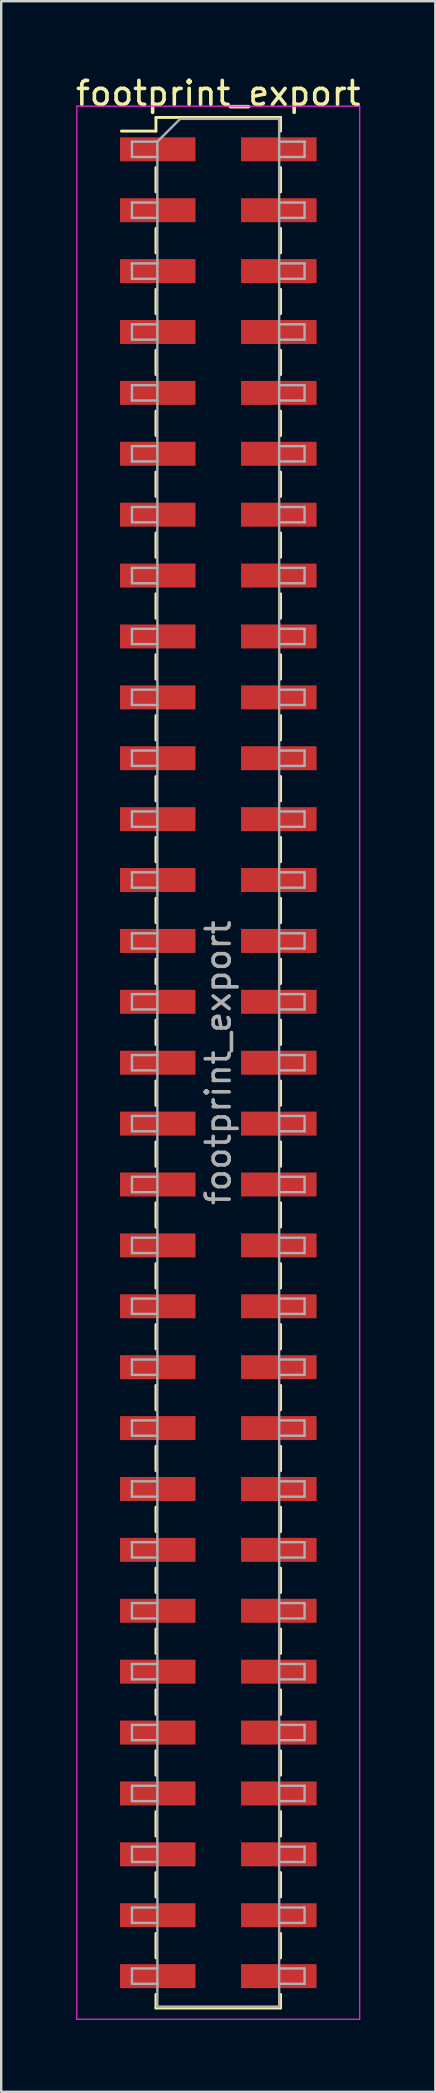
<source format=kicad_pcb>
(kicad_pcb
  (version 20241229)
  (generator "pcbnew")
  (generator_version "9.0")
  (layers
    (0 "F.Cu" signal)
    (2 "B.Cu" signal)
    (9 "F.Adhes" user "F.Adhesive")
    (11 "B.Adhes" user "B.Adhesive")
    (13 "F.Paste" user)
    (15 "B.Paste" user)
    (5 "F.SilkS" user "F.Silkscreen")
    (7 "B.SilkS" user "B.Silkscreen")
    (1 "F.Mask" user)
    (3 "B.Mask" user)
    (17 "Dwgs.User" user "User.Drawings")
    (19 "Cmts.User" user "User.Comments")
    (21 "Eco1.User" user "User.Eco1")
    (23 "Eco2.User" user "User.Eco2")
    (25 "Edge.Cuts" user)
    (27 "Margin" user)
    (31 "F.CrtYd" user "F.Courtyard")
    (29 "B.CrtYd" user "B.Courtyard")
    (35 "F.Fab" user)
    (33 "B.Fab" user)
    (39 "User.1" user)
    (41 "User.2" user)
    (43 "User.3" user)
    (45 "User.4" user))
  (footprint "footprint_export"
    (layer "F.Cu")
    (at 6.054 41.278)
    (property "Reference" "footprint_export" (at 0 -40.43 0) (layer "F.SilkS") (effects (font (size 1 1) (thickness 0.15))))
    (attr smd)
    (fp_line (start -4.04 -38.86) (end -2.6 -38.86) (stroke (width 0.12) (type solid)) (layer "F.SilkS"))
    (fp_line (start -2.6 -39.43) (end -2.6 -38.86) (stroke (width 0.12) (type solid)) (layer "F.SilkS"))
    (fp_line (start -2.6 -39.43) (end 2.6 -39.43) (stroke (width 0.12) (type solid)) (layer "F.SilkS"))
    (fp_line (start -2.6 -37.34) (end -2.6 -36.32) (stroke (width 0.12) (type solid)) (layer "F.SilkS"))
    (fp_line (start -2.6 -34.8) (end -2.6 -33.78) (stroke (width 0.12) (type solid)) (layer "F.SilkS"))
    (fp_line (start -2.6 -32.26) (end -2.6 -31.24) (stroke (width 0.12) (type solid)) (layer "F.SilkS"))
    (fp_line (start -2.6 -29.72) (end -2.6 -28.7) (stroke (width 0.12) (type solid)) (layer "F.SilkS"))
    (fp_line (start -2.6 -27.18) (end -2.6 -26.16) (stroke (width 0.12) (type solid)) (layer "F.SilkS"))
    (fp_line (start -2.6 -24.64) (end -2.6 -23.62) (stroke (width 0.12) (type solid)) (layer "F.SilkS"))
    (fp_line (start -2.6 -22.1) (end -2.6 -21.08) (stroke (width 0.12) (type solid)) (layer "F.SilkS"))
    (fp_line (start -2.6 -19.56) (end -2.6 -18.54) (stroke (width 0.12) (type solid)) (layer "F.SilkS"))
    (fp_line (start -2.6 -17.02) (end -2.6 -16) (stroke (width 0.12) (type solid)) (layer "F.SilkS"))
    (fp_line (start -2.6 -14.48) (end -2.6 -13.46) (stroke (width 0.12) (type solid)) (layer "F.SilkS"))
    (fp_line (start -2.6 -11.94) (end -2.6 -10.92) (stroke (width 0.12) (type solid)) (layer "F.SilkS"))
    (fp_line (start -2.6 -9.4) (end -2.6 -8.38) (stroke (width 0.12) (type solid)) (layer "F.SilkS"))
    (fp_line (start -2.6 -6.86) (end -2.6 -5.84) (stroke (width 0.12) (type solid)) (layer "F.SilkS"))
    (fp_line (start -2.6 -4.32) (end -2.6 -3.3) (stroke (width 0.12) (type solid)) (layer "F.SilkS"))
    (fp_line (start -2.6 -1.78) (end -2.6 -0.76) (stroke (width 0.12) (type solid)) (layer "F.SilkS"))
    (fp_line (start -2.6 0.76) (end -2.6 1.78) (stroke (width 0.12) (type solid)) (layer "F.SilkS"))
    (fp_line (start -2.6 3.3) (end -2.6 4.32) (stroke (width 0.12) (type solid)) (layer "F.SilkS"))
    (fp_line (start -2.6 5.84) (end -2.6 6.86) (stroke (width 0.12) (type solid)) (layer "F.SilkS"))
    (fp_line (start -2.6 8.38) (end -2.6 9.4) (stroke (width 0.12) (type solid)) (layer "F.SilkS"))
    (fp_line (start -2.6 10.92) (end -2.6 11.94) (stroke (width 0.12) (type solid)) (layer "F.SilkS"))
    (fp_line (start -2.6 13.46) (end -2.6 14.48) (stroke (width 0.12) (type solid)) (layer "F.SilkS"))
    (fp_line (start -2.6 16) (end -2.6 17.02) (stroke (width 0.12) (type solid)) (layer "F.SilkS"))
    (fp_line (start -2.6 18.54) (end -2.6 19.56) (stroke (width 0.12) (type solid)) (layer "F.SilkS"))
    (fp_line (start -2.6 21.08) (end -2.6 22.1) (stroke (width 0.12) (type solid)) (layer "F.SilkS"))
    (fp_line (start -2.6 23.62) (end -2.6 24.64) (stroke (width 0.12) (type solid)) (layer "F.SilkS"))
    (fp_line (start -2.6 26.16) (end -2.6 27.18) (stroke (width 0.12) (type solid)) (layer "F.SilkS"))
    (fp_line (start -2.6 28.7) (end -2.6 29.72) (stroke (width 0.12) (type solid)) (layer "F.SilkS"))
    (fp_line (start -2.6 31.24) (end -2.6 32.26) (stroke (width 0.12) (type solid)) (layer "F.SilkS"))
    (fp_line (start -2.6 33.78) (end -2.6 34.8) (stroke (width 0.12) (type solid)) (layer "F.SilkS"))
    (fp_line (start -2.6 36.32) (end -2.6 37.34) (stroke (width 0.12) (type solid)) (layer "F.SilkS"))
    (fp_line (start -2.6 38.86) (end -2.6 39.43) (stroke (width 0.12) (type solid)) (layer "F.SilkS"))
    (fp_line (start -2.6 39.43) (end 2.6 39.43) (stroke (width 0.12) (type solid)) (layer "F.SilkS"))
    (fp_line (start 2.6 -39.43) (end 2.6 -38.86) (stroke (width 0.12) (type solid)) (layer "F.SilkS"))
    (fp_line (start 2.6 -37.34) (end 2.6 -36.32) (stroke (width 0.12) (type solid)) (layer "F.SilkS"))
    (fp_line (start 2.6 -34.8) (end 2.6 -33.78) (stroke (width 0.12) (type solid)) (layer "F.SilkS"))
    (fp_line (start 2.6 -32.26) (end 2.6 -31.24) (stroke (width 0.12) (type solid)) (layer "F.SilkS"))
    (fp_line (start 2.6 -29.72) (end 2.6 -28.7) (stroke (width 0.12) (type solid)) (layer "F.SilkS"))
    (fp_line (start 2.6 -27.18) (end 2.6 -26.16) (stroke (width 0.12) (type solid)) (layer "F.SilkS"))
    (fp_line (start 2.6 -24.64) (end 2.6 -23.62) (stroke (width 0.12) (type solid)) (layer "F.SilkS"))
    (fp_line (start 2.6 -22.1) (end 2.6 -21.08) (stroke (width 0.12) (type solid)) (layer "F.SilkS"))
    (fp_line (start 2.6 -19.56) (end 2.6 -18.54) (stroke (width 0.12) (type solid)) (layer "F.SilkS"))
    (fp_line (start 2.6 -17.02) (end 2.6 -16) (stroke (width 0.12) (type solid)) (layer "F.SilkS"))
    (fp_line (start 2.6 -14.48) (end 2.6 -13.46) (stroke (width 0.12) (type solid)) (layer "F.SilkS"))
    (fp_line (start 2.6 -11.94) (end 2.6 -10.92) (stroke (width 0.12) (type solid)) (layer "F.SilkS"))
    (fp_line (start 2.6 -9.4) (end 2.6 -8.38) (stroke (width 0.12) (type solid)) (layer "F.SilkS"))
    (fp_line (start 2.6 -6.86) (end 2.6 -5.84) (stroke (width 0.12) (type solid)) (layer "F.SilkS"))
    (fp_line (start 2.6 -4.32) (end 2.6 -3.3) (stroke (width 0.12) (type solid)) (layer "F.SilkS"))
    (fp_line (start 2.6 -1.78) (end 2.6 -0.76) (stroke (width 0.12) (type solid)) (layer "F.SilkS"))
    (fp_line (start 2.6 0.76) (end 2.6 1.78) (stroke (width 0.12) (type solid)) (layer "F.SilkS"))
    (fp_line (start 2.6 3.3) (end 2.6 4.32) (stroke (width 0.12) (type solid)) (layer "F.SilkS"))
    (fp_line (start 2.6 5.84) (end 2.6 6.86) (stroke (width 0.12) (type solid)) (layer "F.SilkS"))
    (fp_line (start 2.6 8.38) (end 2.6 9.4) (stroke (width 0.12) (type solid)) (layer "F.SilkS"))
    (fp_line (start 2.6 10.92) (end 2.6 11.94) (stroke (width 0.12) (type solid)) (layer "F.SilkS"))
    (fp_line (start 2.6 13.46) (end 2.6 14.48) (stroke (width 0.12) (type solid)) (layer "F.SilkS"))
    (fp_line (start 2.6 16) (end 2.6 17.02) (stroke (width 0.12) (type solid)) (layer "F.SilkS"))
    (fp_line (start 2.6 18.54) (end 2.6 19.56) (stroke (width 0.12) (type solid)) (layer "F.SilkS"))
    (fp_line (start 2.6 21.08) (end 2.6 22.1) (stroke (width 0.12) (type solid)) (layer "F.SilkS"))
    (fp_line (start 2.6 23.62) (end 2.6 24.64) (stroke (width 0.12) (type solid)) (layer "F.SilkS"))
    (fp_line (start 2.6 26.16) (end 2.6 27.18) (stroke (width 0.12) (type solid)) (layer "F.SilkS"))
    (fp_line (start 2.6 28.7) (end 2.6 29.72) (stroke (width 0.12) (type solid)) (layer "F.SilkS"))
    (fp_line (start 2.6 31.24) (end 2.6 32.26) (stroke (width 0.12) (type solid)) (layer "F.SilkS"))
    (fp_line (start 2.6 33.78) (end 2.6 34.8) (stroke (width 0.12) (type solid)) (layer "F.SilkS"))
    (fp_line (start 2.6 36.32) (end 2.6 37.34) (stroke (width 0.12) (type solid)) (layer "F.SilkS"))
    (fp_line (start 2.6 38.86) (end 2.6 39.43) (stroke (width 0.12) (type solid)) (layer "F.SilkS"))
    (fp_line (start -5.9 -39.9) (end -5.9 39.9) (stroke (width 0.05) (type solid)) (layer "F.CrtYd"))
    (fp_line (start -5.9 39.9) (end 5.9 39.9) (stroke (width 0.05) (type solid)) (layer "F.CrtYd"))
    (fp_line (start 5.9 -39.9) (end -5.9 -39.9) (stroke (width 0.05) (type solid)) (layer "F.CrtYd"))
    (fp_line (start 5.9 39.9) (end 5.9 -39.9) (stroke (width 0.05) (type solid)) (layer "F.CrtYd"))
    (fp_line (start -3.6 -38.42) (end -3.6 -37.78) (stroke (width 0.1) (type solid)) (layer "F.Fab"))
    (fp_line (start -3.6 -37.78) (end -2.54 -37.78) (stroke (width 0.1) (type solid)) (layer "F.Fab"))
    (fp_line (start -3.6 -35.88) (end -3.6 -35.24) (stroke (width 0.1) (type solid)) (layer "F.Fab"))
    (fp_line (start -3.6 -35.24) (end -2.54 -35.24) (stroke (width 0.1) (type solid)) (layer "F.Fab"))
    (fp_line (start -3.6 -33.34) (end -3.6 -32.7) (stroke (width 0.1) (type solid)) (layer "F.Fab"))
    (fp_line (start -3.6 -32.7) (end -2.54 -32.7) (stroke (width 0.1) (type solid)) (layer "F.Fab"))
    (fp_line (start -3.6 -30.8) (end -3.6 -30.16) (stroke (width 0.1) (type solid)) (layer "F.Fab"))
    (fp_line (start -3.6 -30.16) (end -2.54 -30.16) (stroke (width 0.1) (type solid)) (layer "F.Fab"))
    (fp_line (start -3.6 -28.26) (end -3.6 -27.62) (stroke (width 0.1) (type solid)) (layer "F.Fab"))
    (fp_line (start -3.6 -27.62) (end -2.54 -27.62) (stroke (width 0.1) (type solid)) (layer "F.Fab"))
    (fp_line (start -3.6 -25.72) (end -3.6 -25.08) (stroke (width 0.1) (type solid)) (layer "F.Fab"))
    (fp_line (start -3.6 -25.08) (end -2.54 -25.08) (stroke (width 0.1) (type solid)) (layer "F.Fab"))
    (fp_line (start -3.6 -23.18) (end -3.6 -22.54) (stroke (width 0.1) (type solid)) (layer "F.Fab"))
    (fp_line (start -3.6 -22.54) (end -2.54 -22.54) (stroke (width 0.1) (type solid)) (layer "F.Fab"))
    (fp_line (start -3.6 -20.64) (end -3.6 -20) (stroke (width 0.1) (type solid)) (layer "F.Fab"))
    (fp_line (start -3.6 -20) (end -2.54 -20) (stroke (width 0.1) (type solid)) (layer "F.Fab"))
    (fp_line (start -3.6 -18.1) (end -3.6 -17.46) (stroke (width 0.1) (type solid)) (layer "F.Fab"))
    (fp_line (start -3.6 -17.46) (end -2.54 -17.46) (stroke (width 0.1) (type solid)) (layer "F.Fab"))
    (fp_line (start -3.6 -15.56) (end -3.6 -14.92) (stroke (width 0.1) (type solid)) (layer "F.Fab"))
    (fp_line (start -3.6 -14.92) (end -2.54 -14.92) (stroke (width 0.1) (type solid)) (layer "F.Fab"))
    (fp_line (start -3.6 -13.02) (end -3.6 -12.38) (stroke (width 0.1) (type solid)) (layer "F.Fab"))
    (fp_line (start -3.6 -12.38) (end -2.54 -12.38) (stroke (width 0.1) (type solid)) (layer "F.Fab"))
    (fp_line (start -3.6 -10.48) (end -3.6 -9.84) (stroke (width 0.1) (type solid)) (layer "F.Fab"))
    (fp_line (start -3.6 -9.84) (end -2.54 -9.84) (stroke (width 0.1) (type solid)) (layer "F.Fab"))
    (fp_line (start -3.6 -7.94) (end -3.6 -7.3) (stroke (width 0.1) (type solid)) (layer "F.Fab"))
    (fp_line (start -3.6 -7.3) (end -2.54 -7.3) (stroke (width 0.1) (type solid)) (layer "F.Fab"))
    (fp_line (start -3.6 -5.4) (end -3.6 -4.76) (stroke (width 0.1) (type solid)) (layer "F.Fab"))
    (fp_line (start -3.6 -4.76) (end -2.54 -4.76) (stroke (width 0.1) (type solid)) (layer "F.Fab"))
    (fp_line (start -3.6 -2.86) (end -3.6 -2.22) (stroke (width 0.1) (type solid)) (layer "F.Fab"))
    (fp_line (start -3.6 -2.22) (end -2.54 -2.22) (stroke (width 0.1) (type solid)) (layer "F.Fab"))
    (fp_line (start -3.6 -0.32) (end -3.6 0.32) (stroke (width 0.1) (type solid)) (layer "F.Fab"))
    (fp_line (start -3.6 0.32) (end -2.54 0.32) (stroke (width 0.1) (type solid)) (layer "F.Fab"))
    (fp_line (start -3.6 2.22) (end -3.6 2.86) (stroke (width 0.1) (type solid)) (layer "F.Fab"))
    (fp_line (start -3.6 2.86) (end -2.54 2.86) (stroke (width 0.1) (type solid)) (layer "F.Fab"))
    (fp_line (start -3.6 4.76) (end -3.6 5.4) (stroke (width 0.1) (type solid)) (layer "F.Fab"))
    (fp_line (start -3.6 5.4) (end -2.54 5.4) (stroke (width 0.1) (type solid)) (layer "F.Fab"))
    (fp_line (start -3.6 7.3) (end -3.6 7.94) (stroke (width 0.1) (type solid)) (layer "F.Fab"))
    (fp_line (start -3.6 7.94) (end -2.54 7.94) (stroke (width 0.1) (type solid)) (layer "F.Fab"))
    (fp_line (start -3.6 9.84) (end -3.6 10.48) (stroke (width 0.1) (type solid)) (layer "F.Fab"))
    (fp_line (start -3.6 10.48) (end -2.54 10.48) (stroke (width 0.1) (type solid)) (layer "F.Fab"))
    (fp_line (start -3.6 12.38) (end -3.6 13.02) (stroke (width 0.1) (type solid)) (layer "F.Fab"))
    (fp_line (start -3.6 13.02) (end -2.54 13.02) (stroke (width 0.1) (type solid)) (layer "F.Fab"))
    (fp_line (start -3.6 14.92) (end -3.6 15.56) (stroke (width 0.1) (type solid)) (layer "F.Fab"))
    (fp_line (start -3.6 15.56) (end -2.54 15.56) (stroke (width 0.1) (type solid)) (layer "F.Fab"))
    (fp_line (start -3.6 17.46) (end -3.6 18.1) (stroke (width 0.1) (type solid)) (layer "F.Fab"))
    (fp_line (start -3.6 18.1) (end -2.54 18.1) (stroke (width 0.1) (type solid)) (layer "F.Fab"))
    (fp_line (start -3.6 20) (end -3.6 20.64) (stroke (width 0.1) (type solid)) (layer "F.Fab"))
    (fp_line (start -3.6 20.64) (end -2.54 20.64) (stroke (width 0.1) (type solid)) (layer "F.Fab"))
    (fp_line (start -3.6 22.54) (end -3.6 23.18) (stroke (width 0.1) (type solid)) (layer "F.Fab"))
    (fp_line (start -3.6 23.18) (end -2.54 23.18) (stroke (width 0.1) (type solid)) (layer "F.Fab"))
    (fp_line (start -3.6 25.08) (end -3.6 25.72) (stroke (width 0.1) (type solid)) (layer "F.Fab"))
    (fp_line (start -3.6 25.72) (end -2.54 25.72) (stroke (width 0.1) (type solid)) (layer "F.Fab"))
    (fp_line (start -3.6 27.62) (end -3.6 28.26) (stroke (width 0.1) (type solid)) (layer "F.Fab"))
    (fp_line (start -3.6 28.26) (end -2.54 28.26) (stroke (width 0.1) (type solid)) (layer "F.Fab"))
    (fp_line (start -3.6 30.16) (end -3.6 30.8) (stroke (width 0.1) (type solid)) (layer "F.Fab"))
    (fp_line (start -3.6 30.8) (end -2.54 30.8) (stroke (width 0.1) (type solid)) (layer "F.Fab"))
    (fp_line (start -3.6 32.7) (end -3.6 33.34) (stroke (width 0.1) (type solid)) (layer "F.Fab"))
    (fp_line (start -3.6 33.34) (end -2.54 33.34) (stroke (width 0.1) (type solid)) (layer "F.Fab"))
    (fp_line (start -3.6 35.24) (end -3.6 35.88) (stroke (width 0.1) (type solid)) (layer "F.Fab"))
    (fp_line (start -3.6 35.88) (end -2.54 35.88) (stroke (width 0.1) (type solid)) (layer "F.Fab"))
    (fp_line (start -3.6 37.78) (end -3.6 38.42) (stroke (width 0.1) (type solid)) (layer "F.Fab"))
    (fp_line (start -3.6 38.42) (end -2.54 38.42) (stroke (width 0.1) (type solid)) (layer "F.Fab"))
    (fp_line (start -2.54 -38.42) (end -3.6 -38.42) (stroke (width 0.1) (type solid)) (layer "F.Fab"))
    (fp_line (start -2.54 -38.42) (end -1.59 -39.37) (stroke (width 0.1) (type solid)) (layer "F.Fab"))
    (fp_line (start -2.54 -35.88) (end -3.6 -35.88) (stroke (width 0.1) (type solid)) (layer "F.Fab"))
    (fp_line (start -2.54 -33.34) (end -3.6 -33.34) (stroke (width 0.1) (type solid)) (layer "F.Fab"))
    (fp_line (start -2.54 -30.8) (end -3.6 -30.8) (stroke (width 0.1) (type solid)) (layer "F.Fab"))
    (fp_line (start -2.54 -28.26) (end -3.6 -28.26) (stroke (width 0.1) (type solid)) (layer "F.Fab"))
    (fp_line (start -2.54 -25.72) (end -3.6 -25.72) (stroke (width 0.1) (type solid)) (layer "F.Fab"))
    (fp_line (start -2.54 -23.18) (end -3.6 -23.18) (stroke (width 0.1) (type solid)) (layer "F.Fab"))
    (fp_line (start -2.54 -20.64) (end -3.6 -20.64) (stroke (width 0.1) (type solid)) (layer "F.Fab"))
    (fp_line (start -2.54 -18.1) (end -3.6 -18.1) (stroke (width 0.1) (type solid)) (layer "F.Fab"))
    (fp_line (start -2.54 -15.56) (end -3.6 -15.56) (stroke (width 0.1) (type solid)) (layer "F.Fab"))
    (fp_line (start -2.54 -13.02) (end -3.6 -13.02) (stroke (width 0.1) (type solid)) (layer "F.Fab"))
    (fp_line (start -2.54 -10.48) (end -3.6 -10.48) (stroke (width 0.1) (type solid)) (layer "F.Fab"))
    (fp_line (start -2.54 -7.94) (end -3.6 -7.94) (stroke (width 0.1) (type solid)) (layer "F.Fab"))
    (fp_line (start -2.54 -5.4) (end -3.6 -5.4) (stroke (width 0.1) (type solid)) (layer "F.Fab"))
    (fp_line (start -2.54 -2.86) (end -3.6 -2.86) (stroke (width 0.1) (type solid)) (layer "F.Fab"))
    (fp_line (start -2.54 -0.32) (end -3.6 -0.32) (stroke (width 0.1) (type solid)) (layer "F.Fab"))
    (fp_line (start -2.54 2.22) (end -3.6 2.22) (stroke (width 0.1) (type solid)) (layer "F.Fab"))
    (fp_line (start -2.54 4.76) (end -3.6 4.76) (stroke (width 0.1) (type solid)) (layer "F.Fab"))
    (fp_line (start -2.54 7.3) (end -3.6 7.3) (stroke (width 0.1) (type solid)) (layer "F.Fab"))
    (fp_line (start -2.54 9.84) (end -3.6 9.84) (stroke (width 0.1) (type solid)) (layer "F.Fab"))
    (fp_line (start -2.54 12.38) (end -3.6 12.38) (stroke (width 0.1) (type solid)) (layer "F.Fab"))
    (fp_line (start -2.54 14.92) (end -3.6 14.92) (stroke (width 0.1) (type solid)) (layer "F.Fab"))
    (fp_line (start -2.54 17.46) (end -3.6 17.46) (stroke (width 0.1) (type solid)) (layer "F.Fab"))
    (fp_line (start -2.54 20) (end -3.6 20) (stroke (width 0.1) (type solid)) (layer "F.Fab"))
    (fp_line (start -2.54 22.54) (end -3.6 22.54) (stroke (width 0.1) (type solid)) (layer "F.Fab"))
    (fp_line (start -2.54 25.08) (end -3.6 25.08) (stroke (width 0.1) (type solid)) (layer "F.Fab"))
    (fp_line (start -2.54 27.62) (end -3.6 27.62) (stroke (width 0.1) (type solid)) (layer "F.Fab"))
    (fp_line (start -2.54 30.16) (end -3.6 30.16) (stroke (width 0.1) (type solid)) (layer "F.Fab"))
    (fp_line (start -2.54 32.7) (end -3.6 32.7) (stroke (width 0.1) (type solid)) (layer "F.Fab"))
    (fp_line (start -2.54 35.24) (end -3.6 35.24) (stroke (width 0.1) (type solid)) (layer "F.Fab"))
    (fp_line (start -2.54 37.78) (end -3.6 37.78) (stroke (width 0.1) (type solid)) (layer "F.Fab"))
    (fp_line (start -2.54 39.37) (end -2.54 -38.42) (stroke (width 0.1) (type solid)) (layer "F.Fab"))
    (fp_line (start -1.59 -39.37) (end 2.54 -39.37) (stroke (width 0.1) (type solid)) (layer "F.Fab"))
    (fp_line (start 2.54 -39.37) (end 2.54 39.37) (stroke (width 0.1) (type solid)) (layer "F.Fab"))
    (fp_line (start 2.54 -38.42) (end 3.6 -38.42) (stroke (width 0.1) (type solid)) (layer "F.Fab"))
    (fp_line (start 2.54 -35.88) (end 3.6 -35.88) (stroke (width 0.1) (type solid)) (layer "F.Fab"))
    (fp_line (start 2.54 -33.34) (end 3.6 -33.34) (stroke (width 0.1) (type solid)) (layer "F.Fab"))
    (fp_line (start 2.54 -30.8) (end 3.6 -30.8) (stroke (width 0.1) (type solid)) (layer "F.Fab"))
    (fp_line (start 2.54 -28.26) (end 3.6 -28.26) (stroke (width 0.1) (type solid)) (layer "F.Fab"))
    (fp_line (start 2.54 -25.72) (end 3.6 -25.72) (stroke (width 0.1) (type solid)) (layer "F.Fab"))
    (fp_line (start 2.54 -23.18) (end 3.6 -23.18) (stroke (width 0.1) (type solid)) (layer "F.Fab"))
    (fp_line (start 2.54 -20.64) (end 3.6 -20.64) (stroke (width 0.1) (type solid)) (layer "F.Fab"))
    (fp_line (start 2.54 -18.1) (end 3.6 -18.1) (stroke (width 0.1) (type solid)) (layer "F.Fab"))
    (fp_line (start 2.54 -15.56) (end 3.6 -15.56) (stroke (width 0.1) (type solid)) (layer "F.Fab"))
    (fp_line (start 2.54 -13.02) (end 3.6 -13.02) (stroke (width 0.1) (type solid)) (layer "F.Fab"))
    (fp_line (start 2.54 -10.48) (end 3.6 -10.48) (stroke (width 0.1) (type solid)) (layer "F.Fab"))
    (fp_line (start 2.54 -7.94) (end 3.6 -7.94) (stroke (width 0.1) (type solid)) (layer "F.Fab"))
    (fp_line (start 2.54 -5.4) (end 3.6 -5.4) (stroke (width 0.1) (type solid)) (layer "F.Fab"))
    (fp_line (start 2.54 -2.86) (end 3.6 -2.86) (stroke (width 0.1) (type solid)) (layer "F.Fab"))
    (fp_line (start 2.54 -0.32) (end 3.6 -0.32) (stroke (width 0.1) (type solid)) (layer "F.Fab"))
    (fp_line (start 2.54 2.22) (end 3.6 2.22) (stroke (width 0.1) (type solid)) (layer "F.Fab"))
    (fp_line (start 2.54 4.76) (end 3.6 4.76) (stroke (width 0.1) (type solid)) (layer "F.Fab"))
    (fp_line (start 2.54 7.3) (end 3.6 7.3) (stroke (width 0.1) (type solid)) (layer "F.Fab"))
    (fp_line (start 2.54 9.84) (end 3.6 9.84) (stroke (width 0.1) (type solid)) (layer "F.Fab"))
    (fp_line (start 2.54 12.38) (end 3.6 12.38) (stroke (width 0.1) (type solid)) (layer "F.Fab"))
    (fp_line (start 2.54 14.92) (end 3.6 14.92) (stroke (width 0.1) (type solid)) (layer "F.Fab"))
    (fp_line (start 2.54 17.46) (end 3.6 17.46) (stroke (width 0.1) (type solid)) (layer "F.Fab"))
    (fp_line (start 2.54 20) (end 3.6 20) (stroke (width 0.1) (type solid)) (layer "F.Fab"))
    (fp_line (start 2.54 22.54) (end 3.6 22.54) (stroke (width 0.1) (type solid)) (layer "F.Fab"))
    (fp_line (start 2.54 25.08) (end 3.6 25.08) (stroke (width 0.1) (type solid)) (layer "F.Fab"))
    (fp_line (start 2.54 27.62) (end 3.6 27.62) (stroke (width 0.1) (type solid)) (layer "F.Fab"))
    (fp_line (start 2.54 30.16) (end 3.6 30.16) (stroke (width 0.1) (type solid)) (layer "F.Fab"))
    (fp_line (start 2.54 32.7) (end 3.6 32.7) (stroke (width 0.1) (type solid)) (layer "F.Fab"))
    (fp_line (start 2.54 35.24) (end 3.6 35.24) (stroke (width 0.1) (type solid)) (layer "F.Fab"))
    (fp_line (start 2.54 37.78) (end 3.6 37.78) (stroke (width 0.1) (type solid)) (layer "F.Fab"))
    (fp_line (start 2.54 39.37) (end -2.54 39.37) (stroke (width 0.1) (type solid)) (layer "F.Fab"))
    (fp_line (start 3.6 -38.42) (end 3.6 -37.78) (stroke (width 0.1) (type solid)) (layer "F.Fab"))
    (fp_line (start 3.6 -37.78) (end 2.54 -37.78) (stroke (width 0.1) (type solid)) (layer "F.Fab"))
    (fp_line (start 3.6 -35.88) (end 3.6 -35.24) (stroke (width 0.1) (type solid)) (layer "F.Fab"))
    (fp_line (start 3.6 -35.24) (end 2.54 -35.24) (stroke (width 0.1) (type solid)) (layer "F.Fab"))
    (fp_line (start 3.6 -33.34) (end 3.6 -32.7) (stroke (width 0.1) (type solid)) (layer "F.Fab"))
    (fp_line (start 3.6 -32.7) (end 2.54 -32.7) (stroke (width 0.1) (type solid)) (layer "F.Fab"))
    (fp_line (start 3.6 -30.8) (end 3.6 -30.16) (stroke (width 0.1) (type solid)) (layer "F.Fab"))
    (fp_line (start 3.6 -30.16) (end 2.54 -30.16) (stroke (width 0.1) (type solid)) (layer "F.Fab"))
    (fp_line (start 3.6 -28.26) (end 3.6 -27.62) (stroke (width 0.1) (type solid)) (layer "F.Fab"))
    (fp_line (start 3.6 -27.62) (end 2.54 -27.62) (stroke (width 0.1) (type solid)) (layer "F.Fab"))
    (fp_line (start 3.6 -25.72) (end 3.6 -25.08) (stroke (width 0.1) (type solid)) (layer "F.Fab"))
    (fp_line (start 3.6 -25.08) (end 2.54 -25.08) (stroke (width 0.1) (type solid)) (layer "F.Fab"))
    (fp_line (start 3.6 -23.18) (end 3.6 -22.54) (stroke (width 0.1) (type solid)) (layer "F.Fab"))
    (fp_line (start 3.6 -22.54) (end 2.54 -22.54) (stroke (width 0.1) (type solid)) (layer "F.Fab"))
    (fp_line (start 3.6 -20.64) (end 3.6 -20) (stroke (width 0.1) (type solid)) (layer "F.Fab"))
    (fp_line (start 3.6 -20) (end 2.54 -20) (stroke (width 0.1) (type solid)) (layer "F.Fab"))
    (fp_line (start 3.6 -18.1) (end 3.6 -17.46) (stroke (width 0.1) (type solid)) (layer "F.Fab"))
    (fp_line (start 3.6 -17.46) (end 2.54 -17.46) (stroke (width 0.1) (type solid)) (layer "F.Fab"))
    (fp_line (start 3.6 -15.56) (end 3.6 -14.92) (stroke (width 0.1) (type solid)) (layer "F.Fab"))
    (fp_line (start 3.6 -14.92) (end 2.54 -14.92) (stroke (width 0.1) (type solid)) (layer "F.Fab"))
    (fp_line (start 3.6 -13.02) (end 3.6 -12.38) (stroke (width 0.1) (type solid)) (layer "F.Fab"))
    (fp_line (start 3.6 -12.38) (end 2.54 -12.38) (stroke (width 0.1) (type solid)) (layer "F.Fab"))
    (fp_line (start 3.6 -10.48) (end 3.6 -9.84) (stroke (width 0.1) (type solid)) (layer "F.Fab"))
    (fp_line (start 3.6 -9.84) (end 2.54 -9.84) (stroke (width 0.1) (type solid)) (layer "F.Fab"))
    (fp_line (start 3.6 -7.94) (end 3.6 -7.3) (stroke (width 0.1) (type solid)) (layer "F.Fab"))
    (fp_line (start 3.6 -7.3) (end 2.54 -7.3) (stroke (width 0.1) (type solid)) (layer "F.Fab"))
    (fp_line (start 3.6 -5.4) (end 3.6 -4.76) (stroke (width 0.1) (type solid)) (layer "F.Fab"))
    (fp_line (start 3.6 -4.76) (end 2.54 -4.76) (stroke (width 0.1) (type solid)) (layer "F.Fab"))
    (fp_line (start 3.6 -2.86) (end 3.6 -2.22) (stroke (width 0.1) (type solid)) (layer "F.Fab"))
    (fp_line (start 3.6 -2.22) (end 2.54 -2.22) (stroke (width 0.1) (type solid)) (layer "F.Fab"))
    (fp_line (start 3.6 -0.32) (end 3.6 0.32) (stroke (width 0.1) (type solid)) (layer "F.Fab"))
    (fp_line (start 3.6 0.32) (end 2.54 0.32) (stroke (width 0.1) (type solid)) (layer "F.Fab"))
    (fp_line (start 3.6 2.22) (end 3.6 2.86) (stroke (width 0.1) (type solid)) (layer "F.Fab"))
    (fp_line (start 3.6 2.86) (end 2.54 2.86) (stroke (width 0.1) (type solid)) (layer "F.Fab"))
    (fp_line (start 3.6 4.76) (end 3.6 5.4) (stroke (width 0.1) (type solid)) (layer "F.Fab"))
    (fp_line (start 3.6 5.4) (end 2.54 5.4) (stroke (width 0.1) (type solid)) (layer "F.Fab"))
    (fp_line (start 3.6 7.3) (end 3.6 7.94) (stroke (width 0.1) (type solid)) (layer "F.Fab"))
    (fp_line (start 3.6 7.94) (end 2.54 7.94) (stroke (width 0.1) (type solid)) (layer "F.Fab"))
    (fp_line (start 3.6 9.84) (end 3.6 10.48) (stroke (width 0.1) (type solid)) (layer "F.Fab"))
    (fp_line (start 3.6 10.48) (end 2.54 10.48) (stroke (width 0.1) (type solid)) (layer "F.Fab"))
    (fp_line (start 3.6 12.38) (end 3.6 13.02) (stroke (width 0.1) (type solid)) (layer "F.Fab"))
    (fp_line (start 3.6 13.02) (end 2.54 13.02) (stroke (width 0.1) (type solid)) (layer "F.Fab"))
    (fp_line (start 3.6 14.92) (end 3.6 15.56) (stroke (width 0.1) (type solid)) (layer "F.Fab"))
    (fp_line (start 3.6 15.56) (end 2.54 15.56) (stroke (width 0.1) (type solid)) (layer "F.Fab"))
    (fp_line (start 3.6 17.46) (end 3.6 18.1) (stroke (width 0.1) (type solid)) (layer "F.Fab"))
    (fp_line (start 3.6 18.1) (end 2.54 18.1) (stroke (width 0.1) (type solid)) (layer "F.Fab"))
    (fp_line (start 3.6 20) (end 3.6 20.64) (stroke (width 0.1) (type solid)) (layer "F.Fab"))
    (fp_line (start 3.6 20.64) (end 2.54 20.64) (stroke (width 0.1) (type solid)) (layer "F.Fab"))
    (fp_line (start 3.6 22.54) (end 3.6 23.18) (stroke (width 0.1) (type solid)) (layer "F.Fab"))
    (fp_line (start 3.6 23.18) (end 2.54 23.18) (stroke (width 0.1) (type solid)) (layer "F.Fab"))
    (fp_line (start 3.6 25.08) (end 3.6 25.72) (stroke (width 0.1) (type solid)) (layer "F.Fab"))
    (fp_line (start 3.6 25.72) (end 2.54 25.72) (stroke (width 0.1) (type solid)) (layer "F.Fab"))
    (fp_line (start 3.6 27.62) (end 3.6 28.26) (stroke (width 0.1) (type solid)) (layer "F.Fab"))
    (fp_line (start 3.6 28.26) (end 2.54 28.26) (stroke (width 0.1) (type solid)) (layer "F.Fab"))
    (fp_line (start 3.6 30.16) (end 3.6 30.8) (stroke (width 0.1) (type solid)) (layer "F.Fab"))
    (fp_line (start 3.6 30.8) (end 2.54 30.8) (stroke (width 0.1) (type solid)) (layer "F.Fab"))
    (fp_line (start 3.6 32.7) (end 3.6 33.34) (stroke (width 0.1) (type solid)) (layer "F.Fab"))
    (fp_line (start 3.6 33.34) (end 2.54 33.34) (stroke (width 0.1) (type solid)) (layer "F.Fab"))
    (fp_line (start 3.6 35.24) (end 3.6 35.88) (stroke (width 0.1) (type solid)) (layer "F.Fab"))
    (fp_line (start 3.6 35.88) (end 2.54 35.88) (stroke (width 0.1) (type solid)) (layer "F.Fab"))
    (fp_line (start 3.6 37.78) (end 3.6 38.42) (stroke (width 0.1) (type solid)) (layer "F.Fab"))
    (fp_line (start 3.6 38.42) (end 2.54 38.42) (stroke (width 0.1) (type solid)) (layer "F.Fab"))
    (fp_text user "${REFERENCE}" (at 0 0 90) (layer "F.Fab") (effects (font (size 1 1) (thickness 0.15))))
    (pad "1" smd rect (at -2.525 -38.1) (size 3.15 1) (layers "F.Cu" "F.Mask" "F.Paste"))
    (pad "2" smd rect (at 2.525 -38.1) (size 3.15 1) (layers "F.Cu" "F.Mask" "F.Paste"))
    (pad "3" smd rect (at -2.525 -35.56) (size 3.15 1) (layers "F.Cu" "F.Mask" "F.Paste"))
    (pad "4" smd rect (at 2.525 -35.56) (size 3.15 1) (layers "F.Cu" "F.Mask" "F.Paste"))
    (pad "5" smd rect (at -2.525 -33.02) (size 3.15 1) (layers "F.Cu" "F.Mask" "F.Paste"))
    (pad "6" smd rect (at 2.525 -33.02) (size 3.15 1) (layers "F.Cu" "F.Mask" "F.Paste"))
    (pad "7" smd rect (at -2.525 -30.48) (size 3.15 1) (layers "F.Cu" "F.Mask" "F.Paste"))
    (pad "8" smd rect (at 2.525 -30.48) (size 3.15 1) (layers "F.Cu" "F.Mask" "F.Paste"))
    (pad "9" smd rect (at -2.525 -27.94) (size 3.15 1) (layers "F.Cu" "F.Mask" "F.Paste"))
    (pad "10" smd rect (at 2.525 -27.94) (size 3.15 1) (layers "F.Cu" "F.Mask" "F.Paste"))
    (pad "11" smd rect (at -2.525 -25.4) (size 3.15 1) (layers "F.Cu" "F.Mask" "F.Paste"))
    (pad "12" smd rect (at 2.525 -25.4) (size 3.15 1) (layers "F.Cu" "F.Mask" "F.Paste"))
    (pad "13" smd rect (at -2.525 -22.86) (size 3.15 1) (layers "F.Cu" "F.Mask" "F.Paste"))
    (pad "14" smd rect (at 2.525 -22.86) (size 3.15 1) (layers "F.Cu" "F.Mask" "F.Paste"))
    (pad "15" smd rect (at -2.525 -20.32) (size 3.15 1) (layers "F.Cu" "F.Mask" "F.Paste"))
    (pad "16" smd rect (at 2.525 -20.32) (size 3.15 1) (layers "F.Cu" "F.Mask" "F.Paste"))
    (pad "17" smd rect (at -2.525 -17.78) (size 3.15 1) (layers "F.Cu" "F.Mask" "F.Paste"))
    (pad "18" smd rect (at 2.525 -17.78) (size 3.15 1) (layers "F.Cu" "F.Mask" "F.Paste"))
    (pad "19" smd rect (at -2.525 -15.24) (size 3.15 1) (layers "F.Cu" "F.Mask" "F.Paste"))
    (pad "20" smd rect (at 2.525 -15.24) (size 3.15 1) (layers "F.Cu" "F.Mask" "F.Paste"))
    (pad "21" smd rect (at -2.525 -12.7) (size 3.15 1) (layers "F.Cu" "F.Mask" "F.Paste"))
    (pad "22" smd rect (at 2.525 -12.7) (size 3.15 1) (layers "F.Cu" "F.Mask" "F.Paste"))
    (pad "23" smd rect (at -2.525 -10.16) (size 3.15 1) (layers "F.Cu" "F.Mask" "F.Paste"))
    (pad "24" smd rect (at 2.525 -10.16) (size 3.15 1) (layers "F.Cu" "F.Mask" "F.Paste"))
    (pad "25" smd rect (at -2.525 -7.62) (size 3.15 1) (layers "F.Cu" "F.Mask" "F.Paste"))
    (pad "26" smd rect (at 2.525 -7.62) (size 3.15 1) (layers "F.Cu" "F.Mask" "F.Paste"))
    (pad "27" smd rect (at -2.525 -5.08) (size 3.15 1) (layers "F.Cu" "F.Mask" "F.Paste"))
    (pad "28" smd rect (at 2.525 -5.08) (size 3.15 1) (layers "F.Cu" "F.Mask" "F.Paste"))
    (pad "29" smd rect (at -2.525 -2.54) (size 3.15 1) (layers "F.Cu" "F.Mask" "F.Paste"))
    (pad "30" smd rect (at 2.525 -2.54) (size 3.15 1) (layers "F.Cu" "F.Mask" "F.Paste"))
    (pad "31" smd rect (at -2.525 0) (size 3.15 1) (layers "F.Cu" "F.Mask" "F.Paste"))
    (pad "32" smd rect (at 2.525 0) (size 3.15 1) (layers "F.Cu" "F.Mask" "F.Paste"))
    (pad "33" smd rect (at -2.525 2.54) (size 3.15 1) (layers "F.Cu" "F.Mask" "F.Paste"))
    (pad "34" smd rect (at 2.525 2.54) (size 3.15 1) (layers "F.Cu" "F.Mask" "F.Paste"))
    (pad "35" smd rect (at -2.525 5.08) (size 3.15 1) (layers "F.Cu" "F.Mask" "F.Paste"))
    (pad "36" smd rect (at 2.525 5.08) (size 3.15 1) (layers "F.Cu" "F.Mask" "F.Paste"))
    (pad "37" smd rect (at -2.525 7.62) (size 3.15 1) (layers "F.Cu" "F.Mask" "F.Paste"))
    (pad "38" smd rect (at 2.525 7.62) (size 3.15 1) (layers "F.Cu" "F.Mask" "F.Paste"))
    (pad "39" smd rect (at -2.525 10.16) (size 3.15 1) (layers "F.Cu" "F.Mask" "F.Paste"))
    (pad "40" smd rect (at 2.525 10.16) (size 3.15 1) (layers "F.Cu" "F.Mask" "F.Paste"))
    (pad "41" smd rect (at -2.525 12.7) (size 3.15 1) (layers "F.Cu" "F.Mask" "F.Paste"))
    (pad "42" smd rect (at 2.525 12.7) (size 3.15 1) (layers "F.Cu" "F.Mask" "F.Paste"))
    (pad "43" smd rect (at -2.525 15.24) (size 3.15 1) (layers "F.Cu" "F.Mask" "F.Paste"))
    (pad "44" smd rect (at 2.525 15.24) (size 3.15 1) (layers "F.Cu" "F.Mask" "F.Paste"))
    (pad "45" smd rect (at -2.525 17.78) (size 3.15 1) (layers "F.Cu" "F.Mask" "F.Paste"))
    (pad "46" smd rect (at 2.525 17.78) (size 3.15 1) (layers "F.Cu" "F.Mask" "F.Paste"))
    (pad "47" smd rect (at -2.525 20.32) (size 3.15 1) (layers "F.Cu" "F.Mask" "F.Paste"))
    (pad "48" smd rect (at 2.525 20.32) (size 3.15 1) (layers "F.Cu" "F.Mask" "F.Paste"))
    (pad "49" smd rect (at -2.525 22.86) (size 3.15 1) (layers "F.Cu" "F.Mask" "F.Paste"))
    (pad "50" smd rect (at 2.525 22.86) (size 3.15 1) (layers "F.Cu" "F.Mask" "F.Paste"))
    (pad "51" smd rect (at -2.525 25.4) (size 3.15 1) (layers "F.Cu" "F.Mask" "F.Paste"))
    (pad "52" smd rect (at 2.525 25.4) (size 3.15 1) (layers "F.Cu" "F.Mask" "F.Paste"))
    (pad "53" smd rect (at -2.525 27.94) (size 3.15 1) (layers "F.Cu" "F.Mask" "F.Paste"))
    (pad "54" smd rect (at 2.525 27.94) (size 3.15 1) (layers "F.Cu" "F.Mask" "F.Paste"))
    (pad "55" smd rect (at -2.525 30.48) (size 3.15 1) (layers "F.Cu" "F.Mask" "F.Paste"))
    (pad "56" smd rect (at 2.525 30.48) (size 3.15 1) (layers "F.Cu" "F.Mask" "F.Paste"))
    (pad "57" smd rect (at -2.525 33.02) (size 3.15 1) (layers "F.Cu" "F.Mask" "F.Paste"))
    (pad "58" smd rect (at 2.525 33.02) (size 3.15 1) (layers "F.Cu" "F.Mask" "F.Paste"))
    (pad "59" smd rect (at -2.525 35.56) (size 3.15 1) (layers "F.Cu" "F.Mask" "F.Paste"))
    (pad "60" smd rect (at 2.525 35.56) (size 3.15 1) (layers "F.Cu" "F.Mask" "F.Paste"))
    (pad "61" smd rect (at -2.525 38.1) (size 3.15 1) (layers "F.Cu" "F.Mask" "F.Paste"))
    (pad "62" smd rect (at 2.525 38.1) (size 3.15 1) (layers "F.Cu" "F.Mask" "F.Paste")))
  (gr_rect
    (start -3 -3)
    (end 15.107 84.203)
    (stroke (width 0.1) (type default))
    (fill no)
    (layer "Edge.Cuts")))
</source>
